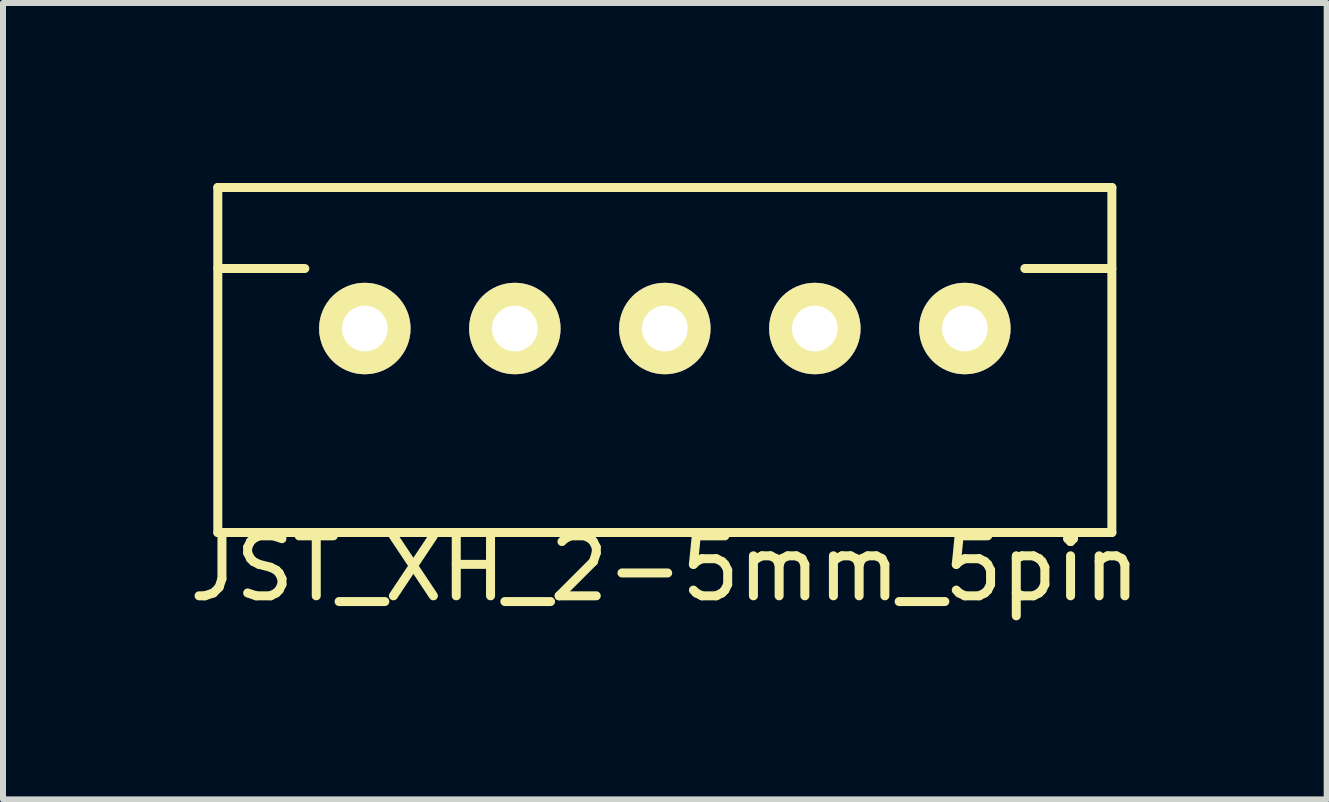
<source format=kicad_pcb>
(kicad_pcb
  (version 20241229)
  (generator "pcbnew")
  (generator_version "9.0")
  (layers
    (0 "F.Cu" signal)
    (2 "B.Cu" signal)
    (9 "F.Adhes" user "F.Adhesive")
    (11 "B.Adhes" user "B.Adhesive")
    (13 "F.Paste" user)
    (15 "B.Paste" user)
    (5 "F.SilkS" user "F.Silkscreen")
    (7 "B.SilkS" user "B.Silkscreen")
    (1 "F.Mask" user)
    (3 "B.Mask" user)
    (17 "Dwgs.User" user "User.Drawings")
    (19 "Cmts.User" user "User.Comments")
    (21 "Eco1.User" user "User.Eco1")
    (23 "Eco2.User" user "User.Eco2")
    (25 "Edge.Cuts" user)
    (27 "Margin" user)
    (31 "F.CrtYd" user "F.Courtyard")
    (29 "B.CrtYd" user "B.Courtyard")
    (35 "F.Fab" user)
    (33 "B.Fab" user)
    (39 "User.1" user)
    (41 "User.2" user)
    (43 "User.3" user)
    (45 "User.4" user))
  (footprint "JST_XH_2-5mm_5pin"
    (layer "F.Cu")
    (at 8.03 2.425)
    (property "Reference" "JST_XH_2-5mm_5pin" (at 0 4 0) (layer "F.SilkS") (effects (font (size 1 1) (thickness 0.15))))
    (attr through_hole)
    (fp_line (start -7.45 -2.35) (end 7.45 -2.35) (stroke (width 0.15) (type solid)) (layer "F.SilkS"))
    (fp_line (start -7.45 -1) (end -6 -1) (stroke (width 0.15) (type solid)) (layer "F.SilkS"))
    (fp_line (start -7.45 3.4) (end -7.45 -2.35) (stroke (width 0.15) (type solid)) (layer "F.SilkS"))
    (fp_line (start 7.45 -2.35) (end 7.45 3.4) (stroke (width 0.15) (type solid)) (layer "F.SilkS"))
    (fp_line (start 7.45 -1) (end 6 -1) (stroke (width 0.15) (type solid)) (layer "F.SilkS"))
    (fp_line (start 7.45 3.4) (end -7.45 3.4) (stroke (width 0.15) (type solid)) (layer "F.SilkS"))
    (pad "1" thru_hole circle (at -5 0) (size 1.524 1.524) (drill 0.762) (layers "*.Cu" "*.Mask" "F.SilkS"))
    (pad "2" thru_hole circle (at -2.5 0) (size 1.524 1.524) (drill 0.762) (layers "*.Cu" "*.Mask" "F.SilkS"))
    (pad "3" thru_hole circle (at 0 0) (size 1.524 1.524) (drill 0.762) (layers "*.Cu" "*.Mask" "F.SilkS"))
    (pad "4" thru_hole circle (at 2.5 0) (size 1.524 1.524) (drill 0.762) (layers "*.Cu" "*.Mask" "F.SilkS"))
    (pad "5" thru_hole circle (at 5 0) (size 1.524 1.524) (drill 0.762) (layers "*.Cu" "*.Mask" "F.SilkS")))
  (gr_rect
    (start -3 -3)
    (end 19.06 10.273)
    (stroke (width 0.1) (type default))
    (fill no)
    (layer "Edge.Cuts")))
</source>
